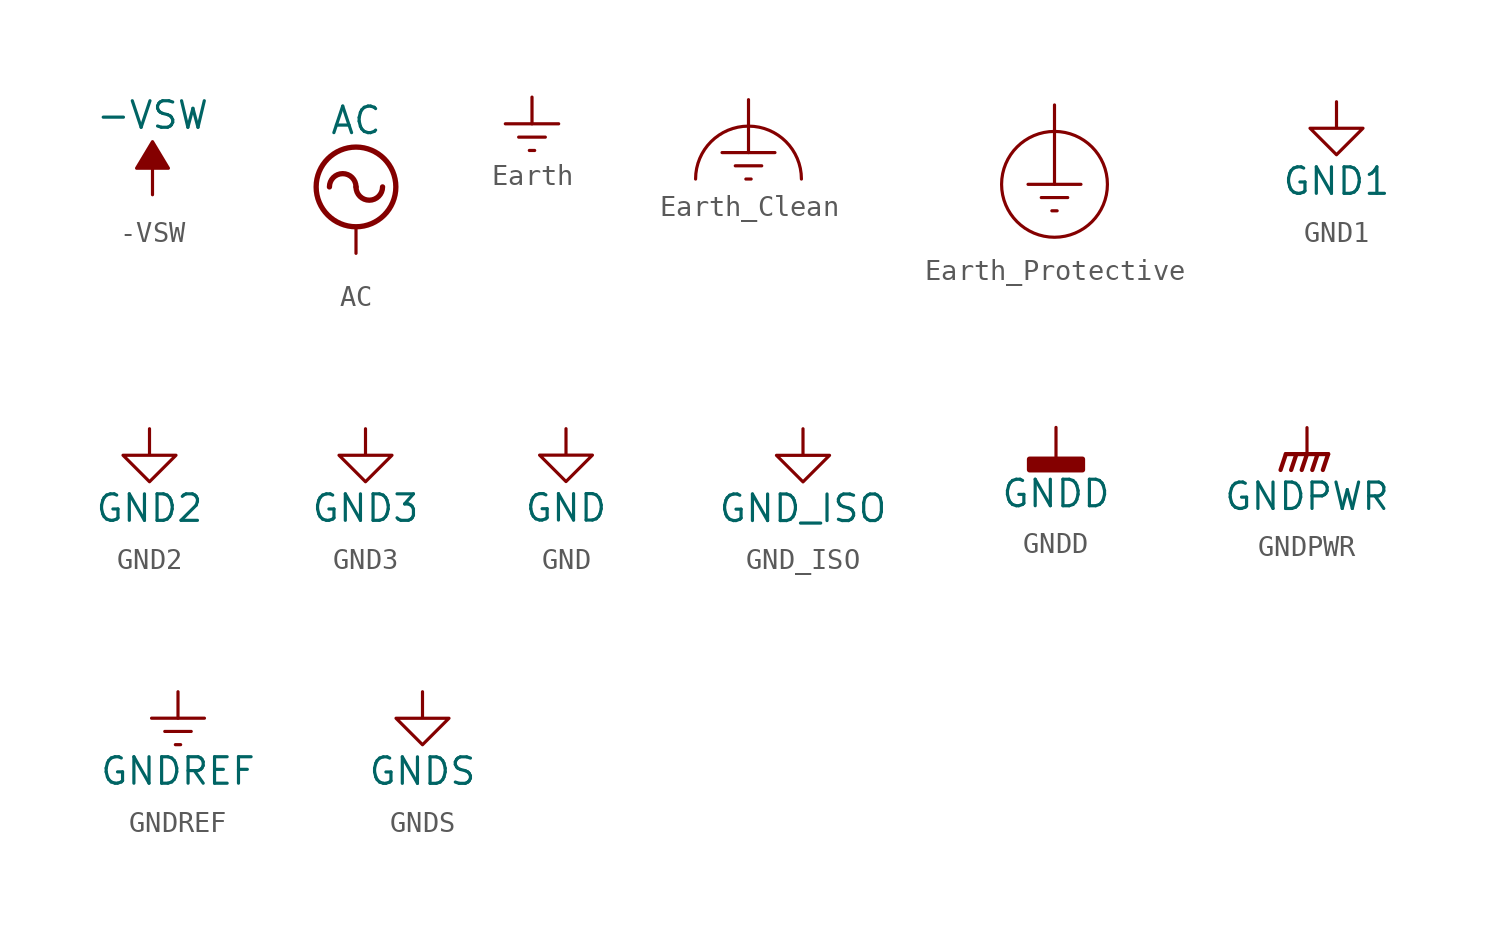
<source format=kicad_sym>
(kicad_symbol_lib
  (version 20211014)
  (generator kicad_symbol_editor)
  (symbol "-VSW"
    (power)
    (pin_names
      (offset 0))
    (property "Reference" "#PWR"
      (at 0 2.54 0)
      (effects (font (size 1.27 1.27)) hide))
    (property "Value" "-VSW"
      (at 0 3.81 0)
      (effects (font (size 1.27 1.27))))
    (symbol "-VSW_0_0"
      (pin power_in line (at 0 0 90) (length 0) hide (name "-VSW" (effects (font (size 1.27 1.27)))) (number "1" (effects (font (size 1.27 1.27))))))
    (symbol "-VSW_0_1"
      (polyline (pts (xy 0 0) (xy 0 1.27) (xy 0.762 1.27) (xy 0 2.54) (xy -0.762 1.27) (xy 0 1.27)) (stroke (width 0) (type default) (color 0 0 0 0)) (fill (type outline)))))
  (symbol "AC"
    (power)
    (pin_names
      (offset 0))
    (property "Reference" "#PWR"
      (at 0 -2.54 0)
      (effects (font (size 1.27 1.27)) hide))
    (property "Value" "AC"
      (at 0 6.35 0)
      (effects (font (size 1.27 1.27))))
    (symbol "AC_0_1"
      (polyline (pts (xy 0 0) (xy 0 1.27)) (stroke (width 0) (type default) (color 0 0 0 0)) (fill (type none)))
      (arc (start 0 3.175) (mid -0.635 3.81) (end -1.27 3.175) (stroke (width 0.254) (type default) (color 0 0 0 0)) (fill (type none)))
      (arc (start 0 3.175) (mid 0.635 2.54) (end 1.27 3.175) (stroke (width 0.254) (type default) (color 0 0 0 0)) (fill (type none)))
      (circle (center 0 3.175) (radius 1.905) (stroke (width 0.254) (type default) (color 0 0 0 0)) (fill (type none))))
    (symbol "AC_1_1"
      (pin power_in line (at 0 0 90) (length 0) hide (name "AC" (effects (font (size 1.27 1.27)))) (number "1" (effects (font (size 1.27 1.27)))))))
  (symbol "Earth"
    (power)
    (pin_names
      (offset 0))
    (property "Reference" "#PWR"
      (at 0 -6.35 0)
      (effects (font (size 1.27 1.27)) hide))
    (symbol "Earth_0_1"
      (polyline (pts (xy -0.635 -1.905) (xy 0.635 -1.905)) (stroke (width 0) (type default) (color 0 0 0 0)) (fill (type none)))
      (polyline (pts (xy -0.127 -2.54) (xy 0.127 -2.54)) (stroke (width 0) (type default) (color 0 0 0 0)) (fill (type none)))
      (polyline (pts (xy 0 -1.27) (xy 0 0)) (stroke (width 0) (type default) (color 0 0 0 0)) (fill (type none)))
      (polyline (pts (xy 1.27 -1.27) (xy -1.27 -1.27)) (stroke (width 0) (type default) (color 0 0 0 0)) (fill (type none))))
    (symbol "Earth_1_1"
      (pin power_in line (at 0 0 270) (length 0) hide (name "Earth" (effects (font (size 1.27 1.27)))) (number "1" (effects (font (size 1.27 1.27)))))))
  (symbol "Earth_Clean"
    (power)
    (pin_names
      (offset 0))
    (property "Reference" "#PWR"
      (at 6.35 0 0)
      (effects (font (size 1.27 1.27)) hide))
    (symbol "Earth_Clean_0_1"
      (polyline (pts (xy -0.635 -3.175) (xy 0.635 -3.175)) (stroke (width 0) (type default) (color 0 0 0 0)) (fill (type none)))
      (polyline (pts (xy -0.127 -3.81) (xy 0.127 -3.81)) (stroke (width 0) (type default) (color 0 0 0 0)) (fill (type none)))
      (polyline (pts (xy 0 -2.54) (xy 0 0)) (stroke (width 0) (type default) (color 0 0 0 0)) (fill (type none)))
      (polyline (pts (xy 1.27 -2.54) (xy -1.27 -2.54)) (stroke (width 0) (type default) (color 0 0 0 0)) (fill (type none)))
      (arc (start 2.54 -3.81) (mid 0 -1.27) (end -2.54 -3.81) (stroke (width 0) (type default) (color 0 0 0 0)) (fill (type none))))
    (symbol "Earth_Clean_1_1"
      (pin power_in line (at 0 0 270) (length 0) hide (name "Earth_Clean" (effects (font (size 1.27 1.27)))) (number "1" (effects (font (size 1.27 1.27)))))))
  (symbol "Earth_Protective"
    (power)
    (pin_names
      (offset 0))
    (property "Reference" "#PWR"
      (at 6.35 -6.35 0)
      (effects (font (size 1.27 1.27)) hide))
    (symbol "Earth_Protective_0_1"
      (circle (center 0 -3.81) (radius 2.54) (stroke (width 0) (type default) (color 0 0 0 0)) (fill (type none)))
      (polyline (pts (xy -0.635 -4.445) (xy 0.635 -4.445)) (stroke (width 0) (type default) (color 0 0 0 0)) (fill (type none)))
      (polyline (pts (xy -0.127 -5.08) (xy 0.127 -5.08)) (stroke (width 0) (type default) (color 0 0 0 0)) (fill (type none)))
      (polyline (pts (xy 0 -3.81) (xy 0 0)) (stroke (width 0) (type default) (color 0 0 0 0)) (fill (type none)))
      (polyline (pts (xy 1.27 -3.81) (xy -1.27 -3.81)) (stroke (width 0) (type default) (color 0 0 0 0)) (fill (type none))))
    (symbol "Earth_Protective_1_1"
      (pin power_in line (at 0 0 270) (length 0) hide (name "Earth_Protective" (effects (font (size 1.27 1.27)))) (number "1" (effects (font (size 1.27 1.27)))))))
  (symbol "GND1"
    (power)
    (pin_names
      (offset 0))
    (property "Reference" "#PWR"
      (at 0 -6.35 0)
      (effects (font (size 1.27 1.27)) hide))
    (property "Value" "GND1"
      (at 0 -3.81 0)
      (effects (font (size 1.27 1.27))))
    (symbol "GND1_0_1"
      (polyline (pts (xy 0 0) (xy 0 -1.27) (xy 1.27 -1.27) (xy 0 -2.54) (xy -1.27 -1.27) (xy 0 -1.27)) (stroke (width 0) (type default) (color 0 0 0 0)) (fill (type none))))
    (symbol "GND1_1_1"
      (pin power_in line (at 0 0 270) (length 0) hide (name "GND1" (effects (font (size 1.27 1.27)))) (number "1" (effects (font (size 1.27 1.27)))))))
  (symbol "GND2"
    (power)
    (pin_names
      (offset 0))
    (property "Reference" "#PWR"
      (at 0 -6.35 0)
      (effects (font (size 1.27 1.27)) hide))
    (property "Value" "GND2"
      (at 0 -3.81 0)
      (effects (font (size 1.27 1.27))))
    (symbol "GND2_0_1"
      (polyline (pts (xy 0 0) (xy 0 -1.27) (xy 1.27 -1.27) (xy 0 -2.54) (xy -1.27 -1.27) (xy 0 -1.27)) (stroke (width 0) (type default) (color 0 0 0 0)) (fill (type none))))
    (symbol "GND2_1_1"
      (pin power_in line (at 0 0 270) (length 0) hide (name "GND2" (effects (font (size 1.27 1.27)))) (number "1" (effects (font (size 1.27 1.27)))))))
  (symbol "GND3"
    (power)
    (pin_names
      (offset 0))
    (property "Reference" "#PWR"
      (at 0 -6.35 0)
      (effects (font (size 1.27 1.27)) hide))
    (property "Value" "GND3"
      (at 0 -3.81 0)
      (effects (font (size 1.27 1.27))))
    (symbol "GND3_0_1"
      (polyline (pts (xy 0 0) (xy 0 -1.27) (xy 1.27 -1.27) (xy 0 -2.54) (xy -1.27 -1.27) (xy 0 -1.27)) (stroke (width 0) (type default) (color 0 0 0 0)) (fill (type none))))
    (symbol "GND3_1_1"
      (pin power_in line (at 0 0 270) (length 0) hide (name "GND3" (effects (font (size 1.27 1.27)))) (number "1" (effects (font (size 1.27 1.27)))))))
  (symbol "GND"
    (power)
    (pin_names
      (offset 0))
    (property "Reference" "#PWR"
      (at 0 -6.35 0)
      (effects (font (size 1.27 1.27)) hide))
    (property "Value" "GND"
      (at 0 -3.81 0)
      (effects (font (size 1.27 1.27))))
    (symbol "GND_0_1"
      (polyline (pts (xy 0 0) (xy 0 -1.27) (xy 1.27 -1.27) (xy 0 -2.54) (xy -1.27 -1.27) (xy 0 -1.27)) (stroke (width 0) (type default) (color 0 0 0 0)) (fill (type none))))
    (symbol "GND_1_1"
      (pin power_in line (at 0 0 270) (length 0) hide (name "GND" (effects (font (size 1.27 1.27)))) (number "1" (effects (font (size 1.27 1.27)))))))
  (symbol "GND_ISO"
    (power)
    (pin_names
      (offset 0))
    (property "Reference" "#PWR"
      (at 0 -6.35 0)
      (effects (font (size 1.27 1.27)) hide))
    (property "Value" "GND_ISO"
      (at 0 -3.81 0)
      (effects (font (size 1.27 1.27))))
    (symbol "GND_ISO_0_1"
      (polyline (pts (xy 0 0) (xy 0 -1.27) (xy 1.27 -1.27) (xy 0 -2.54) (xy -1.27 -1.27) (xy 0 -1.27)) (stroke (width 0) (type default) (color 0 0 0 0)) (fill (type none))))
    (symbol "GND_ISO_1_1"
      (pin power_in line (at 0 0 270) (length 0) hide (name "GND_ISO" (effects (font (size 1.27 1.27)))) (number "1" (effects (font (size 1.27 1.27)))))))
  (symbol "GNDD"
    (power)
    (pin_names
      (offset 0))
    (property "Reference" "#PWR"
      (at 0 -6.35 0)
      (effects (font (size 1.27 1.27)) hide))
    (property "Value" "GNDD"
      (at 0 -3.175 0)
      (effects (font (size 1.27 1.27))))
    (symbol "GNDD_0_1"
      (rectangle (start -1.27 -1.524) (end 1.27 -2.032) (stroke (width 0.254) (type default) (color 0 0 0 0)) (fill (type outline)))
      (polyline (pts (xy 0 0) (xy 0 -1.524)) (stroke (width 0) (type default) (color 0 0 0 0)) (fill (type none))))
    (symbol "GNDD_1_1"
      (pin power_in line (at 0 0 270) (length 0) hide (name "GNDD" (effects (font (size 1.27 1.27)))) (number "1" (effects (font (size 1.27 1.27)))))))
  (symbol "GNDPWR"
    (power)
    (pin_names
      (offset 0))
    (property "Reference" "#PWR"
      (at 0 -5.08 0)
      (effects (font (size 1.27 1.27)) hide))
    (property "Value" "GNDPWR"
      (at 0 -3.302 0)
      (effects (font (size 1.27 1.27))))
    (symbol "GNDPWR_0_1"
      (polyline (pts (xy 0 -1.27) (xy 0 0)) (stroke (width 0) (type default) (color 0 0 0 0)) (fill (type none)))
      (polyline (pts (xy -1.016 -1.27) (xy -1.27 -2.032) (xy -1.27 -2.032)) (stroke (width 0.203) (type default) (color 0 0 0 0)) (fill (type none)))
      (polyline (pts (xy -0.508 -1.27) (xy -0.762 -2.032) (xy -0.762 -2.032)) (stroke (width 0.203) (type default) (color 0 0 0 0)) (fill (type none)))
      (polyline (pts (xy 0 -1.27) (xy -0.254 -2.032) (xy -0.254 -2.032)) (stroke (width 0.203) (type default) (color 0 0 0 0)) (fill (type none)))
      (polyline (pts (xy 0.508 -1.27) (xy 0.254 -2.032) (xy 0.254 -2.032)) (stroke (width 0.203) (type default) (color 0 0 0 0)) (fill (type none)))
      (polyline (pts (xy 1.016 -1.27) (xy -1.016 -1.27) (xy -1.016 -1.27)) (stroke (width 0.203) (type default) (color 0 0 0 0)) (fill (type none)))
      (polyline (pts (xy 1.016 -1.27) (xy 0.762 -2.032) (xy 0.762 -2.032) (xy 0.762 -2.032)) (stroke (width 0.203) (type default) (color 0 0 0 0)) (fill (type none))))
    (symbol "GNDPWR_1_1"
      (pin power_in line (at 0 0 270) (length 0) hide (name "GNDPWR" (effects (font (size 1.27 1.27)))) (number "1" (effects (font (size 1.27 1.27)))))))
  (symbol "GNDREF"
    (power)
    (pin_names
      (offset 0))
    (property "Reference" "#PWR"
      (at 0 -6.35 0)
      (effects (font (size 1.27 1.27)) hide))
    (property "Value" "GNDREF"
      (at 0 -3.81 0)
      (effects (font (size 1.27 1.27))))
    (symbol "GNDREF_0_1"
      (polyline (pts (xy -0.635 -1.905) (xy 0.635 -1.905)) (stroke (width 0) (type default) (color 0 0 0 0)) (fill (type none)))
      (polyline (pts (xy -0.127 -2.54) (xy 0.127 -2.54)) (stroke (width 0) (type default) (color 0 0 0 0)) (fill (type none)))
      (polyline (pts (xy 0 -1.27) (xy 0 0)) (stroke (width 0) (type default) (color 0 0 0 0)) (fill (type none)))
      (polyline (pts (xy 1.27 -1.27) (xy -1.27 -1.27)) (stroke (width 0) (type default) (color 0 0 0 0)) (fill (type none))))
    (symbol "GNDREF_1_1"
      (pin power_in line (at 0 0 270) (length 0) hide (name "GNDREF" (effects (font (size 1.27 1.27)))) (number "1" (effects (font (size 1.27 1.27)))))))
  (symbol "GNDS"
    (power)
    (pin_names
      (offset 0))
    (property "Reference" "#PWR"
      (at 0 -6.35 0)
      (effects (font (size 1.27 1.27)) hide))
    (property "Value" "GNDS"
      (at 0 -3.81 0)
      (effects (font (size 1.27 1.27))))
    (symbol "GNDS_0_1"
      (polyline (pts (xy 0 0) (xy 0 -1.27) (xy 1.27 -1.27) (xy 0 -2.54) (xy -1.27 -1.27) (xy 0 -1.27)) (stroke (width 0) (type default) (color 0 0 0 0)) (fill (type none))))
    (symbol "GNDS_1_1"
      (pin power_in line (at 0 0 270) (length 0) hide (name "GNDS" (effects (font (size 1.27 1.27)))) (number "1" (effects (font (size 1.27 1.27))))))))
</source>
